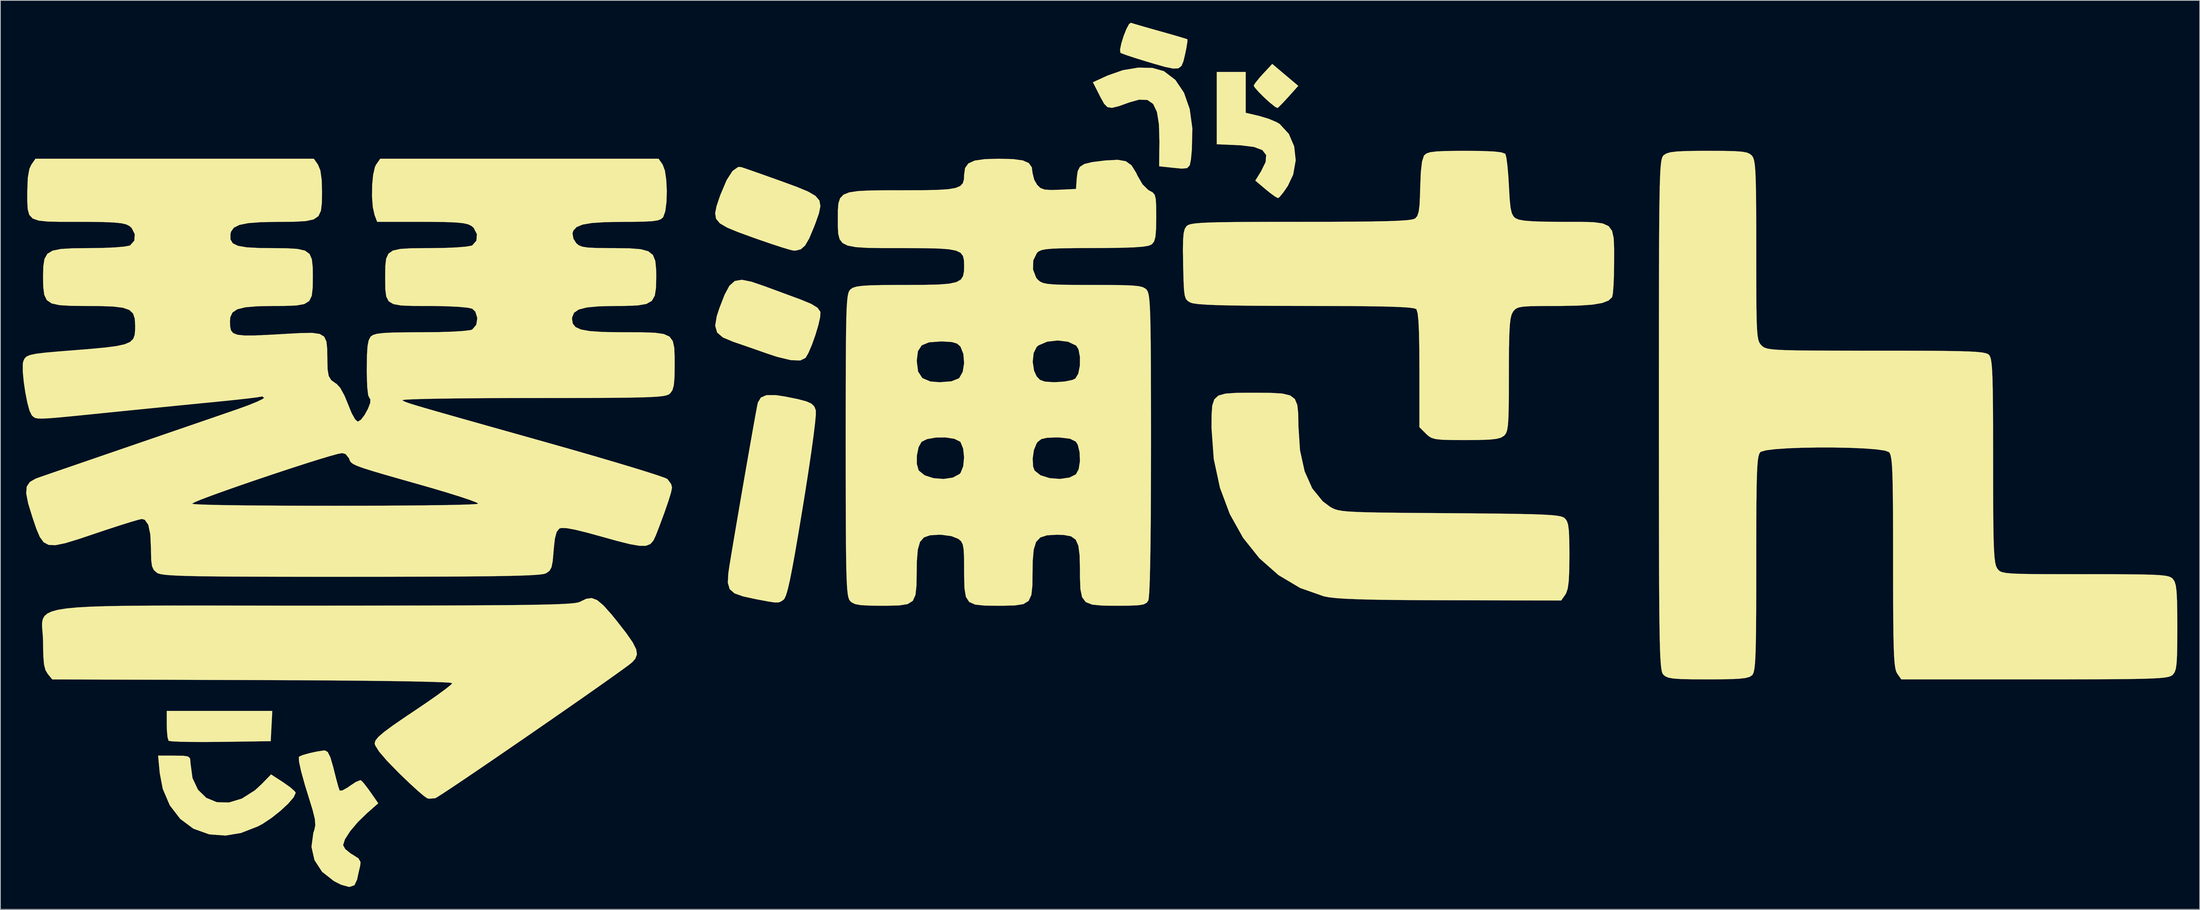
<source format=kicad_pcb>
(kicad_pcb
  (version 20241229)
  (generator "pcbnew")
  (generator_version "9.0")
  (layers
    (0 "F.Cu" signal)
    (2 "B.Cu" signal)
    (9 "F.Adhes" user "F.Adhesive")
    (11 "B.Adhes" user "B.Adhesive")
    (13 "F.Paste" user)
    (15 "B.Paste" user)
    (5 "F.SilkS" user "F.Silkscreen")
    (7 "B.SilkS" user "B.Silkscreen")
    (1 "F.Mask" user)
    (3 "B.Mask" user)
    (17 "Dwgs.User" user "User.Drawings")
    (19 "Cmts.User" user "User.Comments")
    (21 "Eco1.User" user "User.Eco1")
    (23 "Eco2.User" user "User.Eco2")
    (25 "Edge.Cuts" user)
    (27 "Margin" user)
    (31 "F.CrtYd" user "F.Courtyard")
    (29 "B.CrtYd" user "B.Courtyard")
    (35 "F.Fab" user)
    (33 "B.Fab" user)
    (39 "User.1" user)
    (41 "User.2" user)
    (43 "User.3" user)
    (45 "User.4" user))
  (footprint "ksan"
    (layer "F.Cu")
    (at 145.953 59.166)
    (property "Reference" "ksan" (at 0 0 0) (layer "F.SilkS") (effects (font (size 1.524 1.524) (thickness 0.3))))
    (attr through_hole)
    (fp_poly (pts (xy -112.607 35.19) (xy -112.713 37.218) (xy -119.437 37.314) (xy -121.548 37.331) (xy -123.413 37.323) (xy -124.919 37.293) (xy -125.952 37.241) (xy -126.399 37.171) (xy -126.405 37.167) (xy -126.541 36.703) (xy -126.629 35.775) (xy -126.647 35.043) (xy -126.647 33.161) (xy -112.501 33.161) (xy -112.607 35.19)) (stroke (width 0.01) (type solid)) (fill yes) (layer "F.SilkS"))
    (fp_poly (pts (xy 25.037 -50.698) (xy 23.741 -49.25) (xy 22.991 -48.436) (xy 22.435 -47.876) (xy 22.247 -47.723) (xy 21.905 -47.902) (xy 21.225 -48.448) (xy 20.549 -49.058) (xy 19.744 -49.859) (xy 19.204 -50.475) (xy 19.06 -50.725) (xy 19.286 -51.106) (xy 19.856 -51.807) (xy 20.308 -52.309) (xy 21.547 -53.641) (xy 25.037 -50.698)) (stroke (width 0.01) (type solid)) (fill yes) (layer "F.SilkS"))
    (fp_poly (pts (xy 3.085 -59.005) (xy 4.096 -58.709) (xy 5.46 -58.319) (xy 6.526 -58.02) (xy 7.999 -57.603) (xy 9.194 -57.255) (xy 9.965 -57.019) (xy 10.174 -56.943) (xy 10.168 -56.58) (xy 10.03 -55.734) (xy 9.853 -54.884) (xy 9.633 -53.968) (xy 9.377 -53.364) (xy 8.969 -53.053) (xy 8.293 -53.013) (xy 7.233 -53.225) (xy 5.671 -53.668) (xy 4.65 -53.974) (xy 3.227 -54.414) (xy 2.076 -54.792) (xy 1.353 -55.056) (xy 1.19 -55.137) (xy 1.147 -55.576) (xy 1.317 -56.398) (xy 1.624 -57.385) (xy 1.993 -58.318) (xy 2.346 -58.979) (xy 2.59 -59.161) (xy 3.085 -59.005)) (stroke (width 0.01) (type solid)) (fill yes) (layer "F.SilkS"))
    (fp_poly (pts (xy 17.992 -47.086) (xy 19.844 -46.649) (xy 21.079 -46.277) (xy 22.15 -45.82) (xy 22.542 -45.584) (xy 23.763 -44.265) (xy 24.487 -42.587) (xy 24.691 -40.711) (xy 24.354 -38.797) (xy 23.644 -37.287) (xy 23.022 -36.379) (xy 22.524 -35.779) (xy 22.321 -35.636) (xy 21.917 -35.849) (xy 21.182 -36.39) (xy 20.662 -36.814) (xy 19.275 -37.987) (xy 20.045 -39.232) (xy 20.66 -40.481) (xy 20.731 -41.418) (xy 20.223 -42.078) (xy 19.102 -42.5) (xy 17.335 -42.72) (xy 16.845 -42.746) (xy 14.112 -42.862) (xy 14.111 -47.713) (xy 14.111 -52.564) (xy 17.992 -52.564) (xy 17.992 -47.086)) (stroke (width 0.01) (type solid)) (fill yes) (layer "F.SilkS"))
    (fp_poly (pts (xy 5.477 -53.107) (xy 7.007 -52.675) (xy 7.041 -52.658) (xy 8.556 -51.498) (xy 9.711 -49.787) (xy 10.479 -47.595) (xy 10.838 -44.993) (xy 10.77 -42.143) (xy 10.648 -40.817) (xy 10.486 -40.029) (xy 10.131 -39.66) (xy 9.43 -39.593) (xy 8.227 -39.709) (xy 7.691 -39.767) (xy 6.386 -39.904) (xy 6.422 -43.208) (xy 6.36 -45.519) (xy 6.092 -47.192) (xy 5.584 -48.273) (xy 4.799 -48.809) (xy 3.701 -48.845) (xy 2.395 -48.481) (xy 0.983 -47.973) (xy 0.061 -47.747) (xy -0.539 -47.841) (xy -0.99 -48.293) (xy -1.462 -49.141) (xy -1.576 -49.366) (xy -2.495 -51.18) (xy -0.503 -52.092) (xy 1.519 -52.801) (xy 3.58 -53.144) (xy 5.477 -53.107)) (stroke (width 0.01) (type solid)) (fill yes) (layer "F.SilkS"))
    (fp_poly (pts (xy -48.276 -24.426) (xy -46.5 -23.818) (xy -46.486 -23.812) (xy -44.818 -23.197) (xy -42.957 -22.509) (xy -41.665 -22.032) (xy -40.251 -21.447) (xy -39.414 -20.93) (xy -39.041 -20.408) (xy -39.025 -20.356) (xy -39.055 -19.69) (xy -39.301 -18.591) (xy -39.694 -17.274) (xy -40.164 -15.951) (xy -40.643 -14.837) (xy -41.016 -14.199) (xy -41.722 -13.852) (xy -42.992 -13.9) (xy -44.834 -14.343) (xy -46.214 -14.799) (xy -47.798 -15.356) (xy -49.418 -15.92) (xy -50.726 -16.368) (xy -50.736 -16.372) (xy -52.091 -16.939) (xy -52.871 -17.607) (xy -53.129 -18.513) (xy -52.921 -19.792) (xy -52.563 -20.886) (xy -51.864 -22.689) (xy -51.222 -23.88) (xy -50.501 -24.522) (xy -49.564 -24.682) (xy -48.276 -24.426)) (stroke (width 0.01) (type solid)) (fill yes) (layer "F.SilkS"))
    (fp_poly (pts (xy -124.45 39.173) (xy -123.802 39.268) (xy -123.53 39.515) (xy -123.471 39.989) (xy -123.47 40.128) (xy -123.201 42.16) (xy -122.462 43.734) (xy -121.342 44.824) (xy -119.93 45.404) (xy -118.315 45.446) (xy -116.586 44.924) (xy -114.833 43.811) (xy -113.94 42.989) (xy -112.667 41.678) (xy -111.014 42.753) (xy -110.107 43.395) (xy -109.507 43.921) (xy -109.361 44.147) (xy -109.636 44.748) (xy -110.361 45.594) (xy -111.392 46.555) (xy -112.581 47.502) (xy -113.782 48.303) (xy -114.433 48.653) (xy -116.695 49.534) (xy -118.761 49.881) (xy -120.849 49.73) (xy -121.003 49.702) (xy -123.08 48.96) (xy -124.849 47.64) (xy -126.242 45.828) (xy -127.189 43.609) (xy -127.589 41.495) (xy -127.808 39.158) (xy -125.64 39.158) (xy -124.45 39.173)) (stroke (width 0.01) (type solid)) (fill yes) (layer "F.SilkS"))
    (fp_poly (pts (xy -49.195 -39.65) (xy -48.178 -39.298) (xy -46.759 -38.798) (xy -45.07 -38.196) (xy -44.321 -37.927) (xy -42.2 -37.151) (xy -40.678 -36.519) (xy -39.686 -35.938) (xy -39.157 -35.316) (xy -39.026 -34.558) (xy -39.224 -33.574) (xy -39.686 -32.269) (xy -39.879 -31.766) (xy -40.519 -30.237) (xy -41.076 -29.276) (xy -41.652 -28.767) (xy -42.344 -28.597) (xy -42.627 -28.596) (xy -43.159 -28.718) (xy -44.217 -29.038) (xy -45.662 -29.512) (xy -47.358 -30.096) (xy -47.959 -30.309) (xy -50.045 -31.067) (xy -51.536 -31.684) (xy -52.501 -32.251) (xy -53.011 -32.861) (xy -53.135 -33.605) (xy -52.944 -34.574) (xy -52.508 -35.859) (xy -52.414 -36.118) (xy -51.6 -38.042) (xy -50.813 -39.273) (xy -50.059 -39.807) (xy -49.68 -39.807) (xy -49.195 -39.65)) (stroke (width 0.01) (type solid)) (fill yes) (layer "F.SilkS"))
    (fp_poly (pts (xy -43.744 -9.015) (xy -42.044 -8.671) (xy -40.912 -8.373) (xy -40.22 -8.062) (xy -39.839 -7.68) (xy -39.64 -7.168) (xy -39.637 -7.156) (xy -39.636 -6.582) (xy -39.747 -5.39) (xy -39.959 -3.656) (xy -40.261 -1.456) (xy -40.645 1.133) (xy -41.098 4.035) (xy -41.381 5.776) (xy -41.939 9.142) (xy -42.407 11.872) (xy -42.798 14.025) (xy -43.123 15.663) (xy -43.397 16.846) (xy -43.63 17.636) (xy -43.836 18.094) (xy -43.969 18.247) (xy -44.313 18.486) (xy -44.647 18.608) (xy -45.139 18.612) (xy -45.954 18.493) (xy -47.259 18.248) (xy -47.625 18.178) (xy -49.384 17.8) (xy -50.541 17.388) (xy -51.192 16.815) (xy -51.436 15.957) (xy -51.368 14.689) (xy -51.2 13.568) (xy -50.882 11.643) (xy -50.506 9.409) (xy -50.09 6.966) (xy -49.652 4.413) (xy -49.209 1.849) (xy -48.778 -0.626) (xy -48.377 -2.912) (xy -48.023 -4.911) (xy -47.733 -6.522) (xy -47.524 -7.647) (xy -47.414 -8.185) (xy -47.41 -8.202) (xy -47.009 -8.878) (xy -46.25 -9.207) (xy -45.028 -9.211) (xy -43.744 -9.015)) (stroke (width 0.01) (type solid)) (fill yes) (layer "F.SilkS"))
    (fp_poly (pts (xy -105.07 38.673) (xy -104.716 39.383) (xy -104.334 40.684) (xy -104.254 41.01) (xy -103.933 42.287) (xy -103.658 43.29) (xy -103.482 43.825) (xy -103.469 43.85) (xy -103.118 43.832) (xy -102.431 43.454) (xy -102.095 43.213) (xy -101.295 42.688) (xy -100.715 42.459) (xy -100.598 42.475) (xy -100.241 42.851) (xy -99.657 43.606) (xy -99.301 44.105) (xy -98.297 45.555) (xy -99.777 46.855) (xy -101.033 48.076) (xy -102.065 49.302) (xy -102.761 50.384) (xy -103.011 51.166) (xy -102.724 51.69) (xy -102.011 52.274) (xy -101.761 52.42) (xy -100.951 52.941) (xy -100.668 53.434) (xy -100.719 53.928) (xy -100.952 54.929) (xy -101.132 55.78) (xy -101.487 56.545) (xy -102.175 56.78) (xy -103.25 56.491) (xy -104.235 55.992) (xy -105.826 54.743) (xy -106.845 53.176) (xy -107.249 51.4) (xy -106.998 49.521) (xy -106.88 49.183) (xy -106.734 48.513) (xy -106.797 47.662) (xy -107.096 46.446) (xy -107.373 45.544) (xy -108.124 43.114) (xy -108.639 41.254) (xy -108.913 39.991) (xy -108.94 39.351) (xy -108.909 39.294) (xy -108.443 39.086) (xy -107.56 38.836) (xy -106.539 38.61) (xy -105.661 38.474) (xy -105.44 38.461) (xy -105.07 38.673)) (stroke (width 0.01) (type solid)) (fill yes) (layer "F.SilkS"))
    (fp_poly (pts (xy 19.232 -9.525) (xy 21.376 -9.51) (xy 22.915 -9.415) (xy 23.95 -9.164) (xy 24.58 -8.68) (xy 24.907 -7.889) (xy 25.031 -6.713) (xy 25.052 -5.125) (xy 25.267 -1.804) (xy 25.889 1.015) (xy 26.909 3.304) (xy 28.315 5.035) (xy 29.241 5.734) (xy 29.567 5.928) (xy 29.909 6.088) (xy 30.334 6.217) (xy 30.911 6.321) (xy 31.71 6.402) (xy 32.797 6.464) (xy 34.242 6.512) (xy 36.113 6.548) (xy 38.478 6.578) (xy 41.405 6.604) (xy 44.963 6.63) (xy 45.324 6.633) (xy 48.994 6.662) (xy 52.022 6.693) (xy 54.472 6.729) (xy 56.408 6.772) (xy 57.894 6.826) (xy 58.993 6.893) (xy 59.77 6.976) (xy 60.288 7.078) (xy 60.611 7.201) (xy 60.758 7.305) (xy 61.023 7.636) (xy 61.202 8.148) (xy 61.311 8.968) (xy 61.366 10.223) (xy 61.383 12.04) (xy 61.383 12.323) (xy 61.362 14.341) (xy 61.291 15.774) (xy 61.157 16.744) (xy 60.947 17.372) (xy 60.834 17.56) (xy 60.285 18.344) (xy 45.4 18.315) (xy 41.45 18.302) (xy 38.145 18.277) (xy 35.424 18.24) (xy 33.228 18.187) (xy 31.496 18.118) (xy 30.168 18.031) (xy 29.183 17.923) (xy 28.49 17.795) (xy 25.289 16.668) (xy 22.387 14.942) (xy 19.822 12.677) (xy 17.633 9.93) (xy 15.859 6.759) (xy 14.538 3.221) (xy 13.709 -0.625) (xy 13.411 -4.722) (xy 13.411 -4.825) (xy 13.416 -6.558) (xy 13.505 -7.802) (xy 13.776 -8.638) (xy 14.331 -9.148) (xy 15.269 -9.412) (xy 16.69 -9.511) (xy 18.695 -9.525) (xy 19.232 -9.525)) (stroke (width 0.01) (type solid)) (fill yes) (layer "F.SilkS"))
    (fp_poly (pts (xy -68.947 18.295) (xy -68.108 19) (xy -67.045 20.194) (xy -66.326 21.078) (xy -65.033 22.737) (xy -64.176 23.974) (xy -63.718 24.89) (xy -63.619 25.587) (xy -63.843 26.166) (xy -64.247 26.629) (xy -64.711 26.999) (xy -65.674 27.706) (xy -67.063 28.7) (xy -68.805 29.932) (xy -70.826 31.351) (xy -73.055 32.906) (xy -75.418 34.547) (xy -77.842 36.223) (xy -80.254 37.885) (xy -82.582 39.482) (xy -84.752 40.963) (xy -86.691 42.279) (xy -88.327 43.378) (xy -89.586 44.211) (xy -90.395 44.726) (xy -90.664 44.874) (xy -91.476 44.937) (xy -91.722 44.887) (xy -92.163 44.587) (xy -92.987 43.886) (xy -94.082 42.884) (xy -95.336 41.681) (xy -95.515 41.506) (xy -97.123 39.858) (xy -98.183 38.621) (xy -98.71 37.777) (xy -98.778 37.491) (xy -98.664 37.116) (xy -98.275 36.639) (xy -97.539 36.002) (xy -96.385 35.146) (xy -94.741 34.013) (xy -93.574 33.232) (xy -91.894 32.096) (xy -90.44 31.08) (xy -89.306 30.25) (xy -88.586 29.676) (xy -88.371 29.438) (xy -88.719 29.373) (xy -89.743 29.312) (xy -91.414 29.256) (xy -93.703 29.203) (xy -96.58 29.156) (xy -100.016 29.114) (xy -103.982 29.078) (xy -108.448 29.048) (xy -113.385 29.026) (xy -115.182 29.019) (xy -141.993 28.935) (xy -142.61 28.187) (xy -142.912 27.677) (xy -143.1 26.93) (xy -143.198 25.795) (xy -143.228 24.119) (xy -143.228 23.975) (xy -143.256 23.178) (xy -143.313 22.471) (xy -143.36 21.849) (xy -143.357 21.306) (xy -143.265 20.836) (xy -143.045 20.435) (xy -142.657 20.098) (xy -142.061 19.818) (xy -141.219 19.591) (xy -140.09 19.412) (xy -138.636 19.274) (xy -136.816 19.172) (xy -134.592 19.102) (xy -131.923 19.058) (xy -128.772 19.034) (xy -125.097 19.025) (xy -120.86 19.027) (xy -116.021 19.032) (xy -110.541 19.037) (xy -106.756 19.037) (xy -100.932 19.034) (xy -95.774 19.028) (xy -91.242 19.019) (xy -87.296 19.006) (xy -83.897 18.989) (xy -81.003 18.967) (xy -78.577 18.94) (xy -76.577 18.906) (xy -74.964 18.866) (xy -73.698 18.818) (xy -72.739 18.763) (xy -72.048 18.699) (xy -71.584 18.627) (xy -71.308 18.544) (xy -71.261 18.521) (xy -70.409 18.114) (xy -69.676 18.019) (xy -68.947 18.295)) (stroke (width 0.01) (type solid)) (fill yes) (layer "F.SilkS"))
    (fp_poly (pts (xy 49.676 -41.96) (xy 51.244 -41.894) (xy 52.244 -41.778) (xy 52.744 -41.605) (xy 52.808 -41.54) (xy 52.94 -41.022) (xy 53.077 -39.966) (xy 53.199 -38.536) (xy 53.273 -37.275) (xy 53.372 -35.531) (xy 53.493 -34.356) (xy 53.661 -33.612) (xy 53.906 -33.164) (xy 54.134 -32.954) (xy 54.59 -32.753) (xy 55.384 -32.61) (xy 56.612 -32.518) (xy 58.364 -32.469) (xy 60.514 -32.456) (xy 62.875 -32.456) (xy 64.623 -32.408) (xy 65.849 -32.239) (xy 66.646 -31.875) (xy 67.105 -31.241) (xy 67.319 -30.266) (xy 67.378 -28.874) (xy 67.375 -26.993) (xy 67.375 -26.96) (xy 67.352 -25.281) (xy 67.292 -23.846) (xy 67.205 -22.81) (xy 67.103 -22.335) (xy 66.629 -21.895) (xy 65.792 -21.57) (xy 64.513 -21.349) (xy 62.711 -21.22) (xy 60.306 -21.169) (xy 59.616 -21.167) (xy 57.585 -21.162) (xy 56.141 -21.136) (xy 55.169 -21.073) (xy 54.551 -20.958) (xy 54.17 -20.775) (xy 53.909 -20.507) (xy 53.819 -20.383) (xy 53.632 -20.009) (xy 53.491 -19.432) (xy 53.391 -18.559) (xy 53.325 -17.299) (xy 53.287 -15.559) (xy 53.271 -13.248) (xy 53.269 -11.971) (xy 53.265 -9.44) (xy 53.246 -7.522) (xy 53.207 -6.121) (xy 53.138 -5.144) (xy 53.033 -4.497) (xy 52.885 -4.086) (xy 52.686 -3.818) (xy 52.624 -3.759) (xy 52.225 -3.508) (xy 51.601 -3.338) (xy 50.626 -3.235) (xy 49.177 -3.186) (xy 47.493 -3.175) (xy 45.632 -3.182) (xy 44.338 -3.218) (xy 43.475 -3.304) (xy 42.904 -3.465) (xy 42.488 -3.72) (xy 42.141 -4.041) (xy 41.275 -4.907) (xy 41.275 -12.613) (xy 41.261 -15.435) (xy 41.219 -17.602) (xy 41.145 -19.166) (xy 41.037 -20.179) (xy 40.891 -20.69) (xy 40.852 -20.743) (xy 40.545 -20.856) (xy 39.841 -20.949) (xy 38.692 -21.024) (xy 37.054 -21.082) (xy 34.88 -21.124) (xy 32.125 -21.153) (xy 28.743 -21.168) (xy 25.947 -21.172) (xy 22.095 -21.179) (xy 18.898 -21.198) (xy 16.302 -21.23) (xy 14.257 -21.277) (xy 12.71 -21.34) (xy 11.611 -21.422) (xy 10.906 -21.523) (xy 10.583 -21.623) (xy 10.224 -21.83) (xy 9.976 -22.106) (xy 9.814 -22.576) (xy 9.715 -23.362) (xy 9.655 -24.589) (xy 9.61 -26.38) (xy 9.603 -26.698) (xy 9.575 -28.657) (xy 9.595 -30.033) (xy 9.674 -30.948) (xy 9.824 -31.521) (xy 10.054 -31.875) (xy 10.069 -31.891) (xy 10.273 -32.031) (xy 10.619 -32.146) (xy 11.173 -32.239) (xy 11.998 -32.311) (xy 13.158 -32.366) (xy 14.717 -32.405) (xy 16.74 -32.431) (xy 19.289 -32.447) (xy 22.43 -32.454) (xy 25.358 -32.456) (xy 29.18 -32.46) (xy 32.351 -32.476) (xy 34.922 -32.504) (xy 36.948 -32.545) (xy 38.481 -32.602) (xy 39.575 -32.676) (xy 40.283 -32.769) (xy 40.659 -32.881) (xy 40.697 -32.905) (xy 40.983 -33.228) (xy 41.174 -33.789) (xy 41.293 -34.721) (xy 41.36 -36.159) (xy 41.382 -37.085) (xy 41.465 -39.138) (xy 41.627 -40.532) (xy 41.875 -41.312) (xy 41.936 -41.398) (xy 42.229 -41.633) (xy 42.73 -41.796) (xy 43.552 -41.9) (xy 44.809 -41.957) (xy 46.614 -41.979) (xy 47.471 -41.981) (xy 49.676 -41.96)) (stroke (width 0.01) (type solid)) (fill yes) (layer "F.SilkS"))
    (fp_poly (pts (xy 82.04 -41.972) (xy 83.526 -41.937) (xy 84.537 -41.864) (xy 85.191 -41.74) (xy 85.604 -41.551) (xy 85.847 -41.335) (xy 86.005 -41.099) (xy 86.132 -40.727) (xy 86.232 -40.147) (xy 86.307 -39.289) (xy 86.36 -38.079) (xy 86.396 -36.445) (xy 86.418 -34.314) (xy 86.428 -31.616) (xy 86.431 -28.635) (xy 86.432 -25.397) (xy 86.44 -22.79) (xy 86.457 -20.74) (xy 86.488 -19.175) (xy 86.538 -18.02) (xy 86.609 -17.202) (xy 86.707 -16.645) (xy 86.835 -16.278) (xy 86.998 -16.025) (xy 87.136 -15.875) (xy 87.332 -15.701) (xy 87.585 -15.559) (xy 87.961 -15.444) (xy 88.526 -15.355) (xy 89.347 -15.287) (xy 90.49 -15.238) (xy 92.022 -15.205) (xy 94.009 -15.185) (xy 96.517 -15.174) (xy 99.613 -15.17) (xy 102.457 -15.169) (xy 106.099 -15.167) (xy 109.1 -15.158) (xy 111.523 -15.139) (xy 113.432 -15.109) (xy 114.891 -15.066) (xy 115.964 -15.006) (xy 116.715 -14.928) (xy 117.208 -14.829) (xy 117.506 -14.708) (xy 117.626 -14.615) (xy 117.769 -14.403) (xy 117.885 -14.034) (xy 117.977 -13.443) (xy 118.049 -12.563) (xy 118.102 -11.328) (xy 118.139 -9.672) (xy 118.163 -7.529) (xy 118.176 -4.833) (xy 118.18 -1.517) (xy 118.181 -0.406) (xy 118.184 3.123) (xy 118.195 6.014) (xy 118.216 8.334) (xy 118.251 10.148) (xy 118.301 11.526) (xy 118.37 12.533) (xy 118.459 13.237) (xy 118.571 13.704) (xy 118.709 14.002) (xy 118.73 14.033) (xy 118.895 14.25) (xy 119.102 14.422) (xy 119.429 14.556) (xy 119.95 14.655) (xy 120.741 14.726) (xy 121.878 14.772) (xy 123.437 14.799) (xy 125.494 14.812) (xy 128.124 14.816) (xy 130.493 14.817) (xy 133.616 14.819) (xy 136.108 14.829) (xy 138.047 14.851) (xy 139.507 14.888) (xy 140.565 14.945) (xy 141.296 15.027) (xy 141.777 15.136) (xy 142.081 15.278) (xy 142.287 15.457) (xy 142.291 15.462) (xy 142.513 15.804) (xy 142.672 16.335) (xy 142.778 17.164) (xy 142.84 18.398) (xy 142.869 20.146) (xy 142.875 21.934) (xy 142.868 24.118) (xy 142.838 25.707) (xy 142.776 26.809) (xy 142.67 27.535) (xy 142.509 27.994) (xy 142.281 28.296) (xy 142.23 28.344) (xy 142.032 28.476) (xy 141.715 28.587) (xy 141.222 28.678) (xy 140.493 28.751) (xy 139.47 28.809) (xy 138.095 28.853) (xy 136.309 28.885) (xy 134.054 28.906) (xy 131.27 28.919) (xy 127.9 28.926) (xy 123.885 28.928) (xy 123.729 28.928) (xy 105.873 28.928) (xy 105.324 28.144) (xy 105.185 27.869) (xy 105.071 27.435) (xy 104.98 26.777) (xy 104.909 25.83) (xy 104.856 24.528) (xy 104.818 22.804) (xy 104.794 20.594) (xy 104.78 17.832) (xy 104.775 14.451) (xy 104.775 13.176) (xy 104.772 9.591) (xy 104.763 6.647) (xy 104.743 4.279) (xy 104.712 2.422) (xy 104.667 1.01) (xy 104.605 -0.02) (xy 104.523 -0.735) (xy 104.42 -1.198) (xy 104.293 -1.475) (xy 104.221 -1.562) (xy 103.667 -1.764) (xy 102.535 -1.927) (xy 100.95 -2.05) (xy 99.038 -2.133) (xy 96.924 -2.177) (xy 94.734 -2.181) (xy 92.594 -2.146) (xy 90.63 -2.071) (xy 88.966 -1.956) (xy 87.73 -1.802) (xy 87.046 -1.608) (xy 86.985 -1.562) (xy 86.846 -1.355) (xy 86.732 -0.994) (xy 86.64 -0.415) (xy 86.569 0.447) (xy 86.516 1.655) (xy 86.477 3.274) (xy 86.452 5.368) (xy 86.438 8.002) (xy 86.431 11.24) (xy 86.431 13.406) (xy 86.428 17.021) (xy 86.418 19.995) (xy 86.4 22.393) (xy 86.369 24.278) (xy 86.325 25.715) (xy 86.264 26.768) (xy 86.184 27.502) (xy 86.084 27.981) (xy 85.959 28.269) (xy 85.876 28.373) (xy 85.54 28.593) (xy 84.969 28.748) (xy 84.055 28.849) (xy 82.691 28.905) (xy 80.768 28.926) (xy 79.934 28.928) (xy 77.84 28.919) (xy 76.336 28.886) (xy 75.309 28.815) (xy 74.643 28.694) (xy 74.223 28.51) (xy 73.962 28.283) (xy 73.864 28.133) (xy 73.778 27.883) (xy 73.703 27.492) (xy 73.638 26.918) (xy 73.582 26.12) (xy 73.534 25.055) (xy 73.495 23.682) (xy 73.462 21.96) (xy 73.436 19.847) (xy 73.416 17.301) (xy 73.401 14.28) (xy 73.391 10.743) (xy 73.384 6.648) (xy 73.38 1.954) (xy 73.378 -3.381) (xy 73.378 -6.588) (xy 73.378 -12.269) (xy 73.38 -17.287) (xy 73.384 -21.684) (xy 73.391 -25.501) (xy 73.402 -28.78) (xy 73.417 -31.563) (xy 73.438 -33.893) (xy 73.465 -35.811) (xy 73.498 -37.359) (xy 73.54 -38.579) (xy 73.589 -39.514) (xy 73.648 -40.204) (xy 73.717 -40.693) (xy 73.797 -41.021) (xy 73.888 -41.232) (xy 73.992 -41.367) (xy 74.023 -41.397) (xy 74.384 -41.629) (xy 74.946 -41.791) (xy 75.822 -41.897) (xy 77.128 -41.955) (xy 78.976 -41.979) (xy 79.965 -41.981) (xy 82.04 -41.972)) (stroke (width 0.01) (type solid)) (fill yes) (layer "F.SilkS"))
    (fp_poly (pts (xy -13.183 -40.872) (xy -11.886 -40.692) (xy -11.088 -40.339) (xy -10.687 -39.771) (xy -10.583 -38.996) (xy -10.363 -38.1) (xy -9.965 -37.414) (xy -9.532 -36.996) (xy -8.964 -36.783) (xy -8.052 -36.727) (xy -7.054 -36.758) (xy -4.763 -36.865) (xy -4.653 -38.381) (xy -4.534 -39.248) (xy -4.239 -39.834) (xy -3.641 -40.215) (xy -2.61 -40.467) (xy -1.02 -40.666) (xy -0.766 -40.692) (xy 0.824 -40.777) (xy 1.911 -40.59) (xy 2.676 -40.044) (xy 3.295 -39.053) (xy 3.493 -38.626) (xy 4.163 -37.481) (xy 4.928 -36.726) (xy 5.095 -36.634) (xy 5.523 -36.402) (xy 5.789 -36.082) (xy 5.931 -35.517) (xy 5.987 -34.554) (xy 5.997 -33.055) (xy 5.973 -31.469) (xy 5.884 -30.437) (xy 5.705 -29.812) (xy 5.409 -29.442) (xy 5.38 -29.419) (xy 4.961 -29.246) (xy 4.17 -29.117) (xy 2.931 -29.027) (xy 1.168 -28.97) (xy -1.194 -28.943) (xy -2.327 -28.939) (xy -4.758 -28.93) (xy -6.582 -28.906) (xy -7.896 -28.859) (xy -8.798 -28.78) (xy -9.386 -28.661) (xy -9.758 -28.494) (xy -9.999 -28.283) (xy -10.493 -27.27) (xy -10.521 -26.055) (xy -10.097 -24.958) (xy -9.878 -24.694) (xy -9.585 -24.447) (xy -9.206 -24.265) (xy -8.634 -24.139) (xy -7.768 -24.058) (xy -6.501 -24.013) (xy -4.731 -23.993) (xy -2.524 -23.989) (xy -0.177 -23.983) (xy 1.566 -23.96) (xy 2.807 -23.91) (xy 3.647 -23.824) (xy 4.188 -23.694) (xy 4.531 -23.51) (xy 4.708 -23.344) (xy 4.832 -23.156) (xy 4.938 -22.854) (xy 5.027 -22.384) (xy 5.099 -21.689) (xy 5.157 -20.716) (xy 5.202 -19.409) (xy 5.236 -17.714) (xy 5.261 -15.575) (xy 5.277 -12.939) (xy 5.286 -9.75) (xy 5.291 -5.953) (xy 5.292 -2.507) (xy 5.285 2.424) (xy 5.266 6.711) (xy 5.233 10.343) (xy 5.188 13.313) (xy 5.131 15.611) (xy 5.061 17.228) (xy 4.979 18.153) (xy 4.926 18.368) (xy 4.695 18.672) (xy 4.301 18.87) (xy 3.61 18.984) (xy 2.486 19.037) (xy 0.795 19.05) (xy 0.748 19.05) (xy -1.214 19.031) (xy -2.578 18.903) (xy -3.453 18.561) (xy -3.948 17.9) (xy -4.171 16.816) (xy -4.231 15.203) (xy -4.233 14.226) (xy -4.272 12.32) (xy -4.438 11.009) (xy -4.801 10.183) (xy -5.436 9.734) (xy -6.413 9.552) (xy -7.348 9.525) (xy -8.64 9.598) (xy -9.539 9.886) (xy -10.113 10.495) (xy -10.432 11.528) (xy -10.565 13.09) (xy -10.583 14.439) (xy -10.604 16.314) (xy -10.742 17.596) (xy -11.109 18.398) (xy -11.816 18.833) (xy -12.977 19.012) (xy -14.702 19.05) (xy -15.169 19.05) (xy -17.009 19.031) (xy -18.276 18.899) (xy -19.077 18.545) (xy -19.52 17.857) (xy -19.71 16.724) (xy -19.755 15.036) (xy -19.756 14.282) (xy -19.767 12.623) (xy -19.819 11.522) (xy -19.94 10.833) (xy -20.157 10.41) (xy -20.497 10.105) (xy -20.54 10.074) (xy -21.456 9.713) (xy -22.777 9.534) (xy -23.165 9.525) (xy -24.337 9.598) (xy -25.153 9.887) (xy -25.676 10.496) (xy -25.969 11.53) (xy -26.095 13.094) (xy -26.117 14.454) (xy -26.142 16.32) (xy -26.279 17.596) (xy -26.639 18.396) (xy -27.336 18.831) (xy -28.483 19.011) (xy -30.192 19.05) (xy -30.764 19.05) (xy -32.482 19.032) (xy -33.638 18.965) (xy -34.376 18.827) (xy -34.841 18.596) (xy -35.047 18.405) (xy -35.171 18.218) (xy -35.277 17.916) (xy -35.365 17.447) (xy -35.437 16.753) (xy -35.495 15.782) (xy -35.541 14.478) (xy -35.575 12.786) (xy -35.599 10.652) (xy -35.616 8.021) (xy -35.625 4.839) (xy -35.63 1.051) (xy -35.63 0.026) (xy -26.096 0.026) (xy -25.855 0.882) (xy -25.836 0.912) (xy -25.039 1.556) (xy -23.853 1.936) (xy -22.518 2.041) (xy -21.275 1.857) (xy -20.365 1.372) (xy -20.226 1.213) (xy -19.876 0.321) (xy -19.781 -0.697) (xy -10.568 -0.697) (xy -10.509 0.377) (xy -10.313 0.912) (xy -9.513 1.546) (xy -8.297 1.929) (xy -6.918 2.037) (xy -5.629 1.848) (xy -4.774 1.421) (xy -4.401 0.735) (xy -4.235 -0.342) (xy -4.275 -1.529) (xy -4.52 -2.542) (xy -4.788 -2.973) (xy -5.565 -3.358) (xy -6.939 -3.52) (xy -7.414 -3.528) (xy -8.652 -3.484) (xy -9.404 -3.309) (xy -9.885 -2.938) (xy -10.034 -2.744) (xy -10.401 -1.849) (xy -10.568 -0.697) (xy -19.781 -0.697) (xy -19.765 -0.865) (xy -19.888 -2.037) (xy -20.237 -2.891) (xy -20.31 -2.973) (xy -21.078 -3.349) (xy -22.252 -3.528) (xy -23.561 -3.512) (xy -24.735 -3.303) (xy -25.46 -2.944) (xy -25.868 -2.211) (xy -26.09 -1.113) (xy -26.096 0.026) (xy -35.63 0.026) (xy -35.631 -2.531) (xy -35.63 -6.833) (xy -35.626 -10.484) (xy -35.617 -13.54) (xy -35.615 -13.769) (xy -26.106 -13.769) (xy -25.931 -12.372) (xy -25.351 -11.487) (xy -24.281 -11.036) (xy -23.027 -10.936) (xy -21.464 -11.06) (xy -20.497 -11.441) (xy -20.401 -11.52) (xy -19.945 -12.33) (xy -19.76 -13.496) (xy -19.773 -13.671) (xy -10.563 -13.671) (xy -10.381 -12.474) (xy -10.034 -11.72) (xy -9.591 -11.258) (xy -8.952 -11.023) (xy -7.897 -10.948) (xy -7.477 -10.947) (xy -6.25 -11.034) (xy -5.251 -11.243) (xy -4.851 -11.427) (xy -4.454 -12.09) (xy -4.245 -13.151) (xy -4.233 -14.329) (xy -4.424 -15.343) (xy -4.731 -15.849) (xy -5.816 -16.367) (xy -7.207 -16.54) (xy -8.62 -16.377) (xy -9.772 -15.887) (xy -10.029 -15.673) (xy -10.445 -14.839) (xy -10.563 -13.671) (xy -19.773 -13.671) (xy -19.855 -14.718) (xy -20.241 -15.698) (xy -20.256 -15.719) (xy -20.699 -16.119) (xy -21.409 -16.33) (xy -22.581 -16.402) (xy -22.931 -16.404) (xy -24.47 -16.29) (xy -25.441 -15.886) (xy -25.95 -15.105) (xy -26.105 -13.856) (xy -26.106 -13.769) (xy -35.615 -13.769) (xy -35.602 -16.056) (xy -35.578 -18.086) (xy -35.545 -19.687) (xy -35.5 -20.913) (xy -35.442 -21.819) (xy -35.369 -22.461) (xy -35.28 -22.893) (xy -35.172 -23.17) (xy -35.043 -23.348) (xy -34.985 -23.405) (xy -34.669 -23.613) (xy -34.177 -23.765) (xy -33.41 -23.871) (xy -32.27 -23.939) (xy -30.654 -23.975) (xy -28.465 -23.988) (xy -27.632 -23.989) (xy -25.081 -23.999) (xy -23.149 -24.047) (xy -21.751 -24.161) (xy -20.8 -24.369) (xy -20.211 -24.7) (xy -19.898 -25.18) (xy -19.775 -25.838) (xy -19.756 -26.549) (xy -19.781 -27.304) (xy -19.914 -27.88) (xy -20.239 -28.301) (xy -20.84 -28.591) (xy -21.8 -28.774) (xy -23.204 -28.875) (xy -25.137 -28.918) (xy -27.682 -28.928) (xy -27.993 -28.928) (xy -30.688 -28.931) (xy -32.76 -28.963) (xy -34.29 -29.062) (xy -35.36 -29.265) (xy -36.053 -29.607) (xy -36.451 -30.125) (xy -36.635 -30.856) (xy -36.687 -31.836) (xy -36.689 -32.808) (xy -36.683 -34.011) (xy -36.609 -34.936) (xy -36.387 -35.618) (xy -35.934 -36.096) (xy -35.168 -36.405) (xy -34.007 -36.583) (xy -32.369 -36.665) (xy -30.172 -36.688) (xy -27.993 -36.689) (xy -25.375 -36.698) (xy -23.378 -36.738) (xy -21.92 -36.83) (xy -20.915 -36.997) (xy -20.28 -37.259) (xy -19.931 -37.637) (xy -19.784 -38.153) (xy -19.756 -38.776) (xy -19.632 -39.668) (xy -19.196 -40.285) (xy -18.352 -40.669) (xy -17.002 -40.867) (xy -15.079 -40.922) (xy -13.183 -40.872)) (stroke (width 0.01) (type solid)) (fill yes) (layer "F.SilkS"))
    (fp_poly (pts (xy -106.383 -40.138) (xy -106.056 -39.349) (xy -105.879 -38.069) (xy -105.833 -36.489) (xy -105.853 -35.005) (xy -105.981 -33.939) (xy -106.315 -33.221) (xy -106.956 -32.782) (xy -108.004 -32.554) (xy -109.559 -32.466) (xy -111.682 -32.45) (xy -114.014 -32.41) (xy -115.729 -32.281) (xy -116.913 -32.041) (xy -117.652 -31.668) (xy -118.03 -31.141) (xy -118.111 -30.815) (xy -118.108 -30.096) (xy -117.801 -29.58) (xy -117.104 -29.236) (xy -115.932 -29.033) (xy -114.198 -28.942) (xy -112.755 -28.928) (xy -110.637 -28.913) (xy -109.124 -28.822) (xy -108.113 -28.589) (xy -107.503 -28.145) (xy -107.194 -27.423) (xy -107.082 -26.354) (xy -107.068 -25.13) (xy -107.086 -23.604) (xy -107.212 -22.531) (xy -107.551 -21.831) (xy -108.207 -21.424) (xy -109.288 -21.23) (xy -110.898 -21.171) (xy -112.324 -21.167) (xy -114.533 -21.127) (xy -116.129 -20.989) (xy -117.201 -20.719) (xy -117.838 -20.288) (xy -118.129 -19.664) (xy -118.175 -19.118) (xy -118.153 -18.412) (xy -118.037 -17.888) (xy -117.738 -17.526) (xy -117.168 -17.306) (xy -116.238 -17.208) (xy -114.86 -17.211) (xy -112.945 -17.296) (xy -110.715 -17.423) (xy -108.621 -17.538) (xy -107.129 -17.555) (xy -106.137 -17.411) (xy -105.543 -17.045) (xy -105.244 -16.395) (xy -105.138 -15.4) (xy -105.122 -14.046) (xy -105.086 -12.655) (xy -104.938 -11.777) (xy -104.608 -11.223) (xy -104.026 -10.801) (xy -103.893 -10.727) (xy -103.391 -10.181) (xy -102.818 -9.135) (xy -102.352 -7.993) (xy -101.859 -6.787) (xy -101.391 -5.953) (xy -101.036 -5.644) (xy -100.612 -5.91) (xy -100.12 -6.561) (xy -99.671 -7.381) (xy -99.378 -8.155) (xy -99.352 -8.665) (xy -99.439 -8.746) (xy -99.643 -9.174) (xy -99.775 -10.29) (xy -99.833 -12.079) (xy -99.836 -12.704) (xy -99.813 -14.522) (xy -99.734 -15.762) (xy -99.582 -16.552) (xy -99.342 -17.019) (xy -99.282 -17.085) (xy -98.97 -17.29) (xy -98.441 -17.44) (xy -97.594 -17.541) (xy -96.328 -17.603) (xy -94.543 -17.632) (xy -92.556 -17.639) (xy -90.337 -17.66) (xy -88.427 -17.718) (xy -86.937 -17.809) (xy -85.977 -17.925) (xy -85.702 -18.004) (xy -85.157 -18.641) (xy -85.016 -19.543) (xy -85.279 -20.399) (xy -85.702 -20.801) (xy -86.296 -20.935) (xy -87.453 -21.046) (xy -89.032 -21.125) (xy -90.891 -21.164) (xy -91.51 -21.167) (xy -93.665 -21.171) (xy -95.213 -21.231) (xy -96.256 -21.414) (xy -96.893 -21.789) (xy -97.224 -22.423) (xy -97.349 -23.386) (xy -97.367 -24.746) (xy -97.367 -25.175) (xy -97.351 -26.536) (xy -97.237 -27.521) (xy -96.928 -28.19) (xy -96.324 -28.603) (xy -95.327 -28.824) (xy -93.84 -28.911) (xy -91.763 -28.928) (xy -91.321 -28.928) (xy -89.461 -28.953) (xy -87.821 -29.023) (xy -86.55 -29.127) (xy -85.795 -29.256) (xy -85.702 -29.293) (xy -85.138 -29.931) (xy -85.074 -30.799) (xy -85.498 -31.637) (xy -85.803 -31.906) (xy -86.234 -32.118) (xy -86.901 -32.269) (xy -87.908 -32.37) (xy -89.362 -32.428) (xy -91.366 -32.453) (xy -92.515 -32.456) (xy -98.442 -32.456) (xy -98.787 -33.36) (xy -99.025 -34.419) (xy -99.132 -35.829) (xy -99.115 -37.355) (xy -98.981 -38.764) (xy -98.737 -39.822) (xy -98.581 -40.138) (xy -98.032 -40.922) (xy -60.718 -40.922) (xy -60.169 -40.138) (xy -59.872 -39.335) (xy -59.687 -38.08) (xy -59.615 -36.601) (xy -59.658 -35.125) (xy -59.817 -33.88) (xy -60.096 -33.093) (xy -60.111 -33.073) (xy -60.383 -32.823) (xy -60.834 -32.65) (xy -61.581 -32.539) (xy -62.742 -32.479) (xy -64.434 -32.454) (xy -65.479 -32.45) (xy -67.877 -32.414) (xy -69.657 -32.299) (xy -70.904 -32.086) (xy -71.702 -31.755) (xy -72.136 -31.288) (xy -72.259 -30.921) (xy -72.131 -30.19) (xy -71.767 -29.607) (xy -71.432 -29.319) (xy -70.959 -29.125) (xy -70.213 -29.007) (xy -69.065 -28.948) (xy -67.38 -28.928) (xy -66.797 -28.928) (xy -64.659 -28.903) (xy -63.127 -28.786) (xy -62.099 -28.509) (xy -61.476 -28.007) (xy -61.157 -27.214) (xy -61.043 -26.063) (xy -61.031 -25.126) (xy -61.062 -23.619) (xy -61.225 -22.553) (xy -61.623 -21.851) (xy -62.361 -21.437) (xy -63.541 -21.236) (xy -65.268 -21.171) (xy -66.44 -21.167) (xy -68.692 -21.122) (xy -70.324 -20.971) (xy -71.416 -20.691) (xy -72.05 -20.257) (xy -72.305 -19.645) (xy -72.319 -19.403) (xy -72.214 -18.791) (xy -71.841 -18.333) (xy -71.119 -18.01) (xy -69.965 -17.801) (xy -68.296 -17.685) (xy -66.03 -17.641) (xy -65.24 -17.639) (xy -62.918 -17.634) (xy -61.208 -17.576) (xy -60.016 -17.404) (xy -59.249 -17.054) (xy -58.814 -16.464) (xy -58.616 -15.571) (xy -58.563 -14.313) (xy -58.561 -13.168) (xy -58.585 -11.573) (xy -58.676 -10.525) (xy -58.859 -9.868) (xy -59.163 -9.443) (xy -59.206 -9.403) (xy -59.405 -9.271) (xy -59.722 -9.16) (xy -60.216 -9.069) (xy -60.946 -8.995) (xy -61.971 -8.937) (xy -63.349 -8.894) (xy -65.139 -8.862) (xy -67.399 -8.841) (xy -70.189 -8.828) (xy -73.566 -8.821) (xy -77.59 -8.819) (xy -77.621 -8.819) (xy -81.074 -8.814) (xy -84.292 -8.798) (xy -87.211 -8.773) (xy -89.767 -8.74) (xy -91.893 -8.7) (xy -93.525 -8.654) (xy -94.599 -8.602) (xy -95.049 -8.547) (xy -95.056 -8.532) (xy -94.963 -8.457) (xy -94.835 -8.379) (xy -94.618 -8.284) (xy -94.259 -8.154) (xy -93.704 -7.975) (xy -92.901 -7.731) (xy -91.795 -7.407) (xy -90.335 -6.986) (xy -88.465 -6.454) (xy -86.134 -5.794) (xy -83.287 -4.99) (xy -79.872 -4.029) (xy -75.836 -2.892) (xy -75.494 -2.796) (xy -72.31 -1.892) (xy -69.322 -1.03) (xy -66.602 -0.229) (xy -64.221 0.486) (xy -62.251 1.096) (xy -60.763 1.578) (xy -59.829 1.91) (xy -59.531 2.051) (xy -59.035 2.724) (xy -58.914 3.188) (xy -59.043 3.843) (xy -59.404 5.03) (xy -59.956 6.626) (xy -60.658 8.513) (xy -61.091 9.627) (xy -61.416 10.316) (xy -61.821 10.775) (xy -62.407 11.005) (xy -63.277 11.01) (xy -64.533 10.794) (xy -66.275 10.358) (xy -68.144 9.838) (xy -70.341 9.234) (xy -71.952 8.839) (xy -73.059 8.638) (xy -73.745 8.615) (xy -74.027 8.701) (xy -74.379 9.152) (xy -74.62 10.058) (xy -74.78 11.54) (xy -74.789 11.669) (xy -74.905 13.035) (xy -75.065 13.872) (xy -75.331 14.359) (xy -75.765 14.672) (xy -75.847 14.715) (xy -76.177 14.804) (xy -76.813 14.882) (xy -77.796 14.949) (xy -79.166 15.005) (xy -80.966 15.051) (xy -83.234 15.089) (xy -86.012 15.118) (xy -89.341 15.139) (xy -93.261 15.153) (xy -97.814 15.162) (xy -101.962 15.164) (xy -106.844 15.164) (xy -111.069 15.16) (xy -114.685 15.152) (xy -117.74 15.138) (xy -120.284 15.117) (xy -122.364 15.089) (xy -124.029 15.052) (xy -125.327 15.006) (xy -126.307 14.949) (xy -127.017 14.881) (xy -127.506 14.8) (xy -127.822 14.705) (xy -127.98 14.62) (xy -128.387 14.254) (xy -128.624 13.744) (xy -128.735 12.909) (xy -128.764 11.568) (xy -128.764 11.422) (xy -128.853 9.477) (xy -129.127 8.186) (xy -129.594 7.52) (xy -129.984 7.408) (xy -130.467 7.517) (xy -131.497 7.819) (xy -132.951 8.275) (xy -134.71 8.848) (xy -136.161 9.334) (xy -138.49 10.117) (xy -140.25 10.655) (xy -141.546 10.922) (xy -142.478 10.891) (xy -143.149 10.536) (xy -143.663 9.831) (xy -144.122 8.749) (xy -144.628 7.264) (xy -144.668 7.146) (xy -145.213 5.367) (xy -123.249 5.367) (xy -122.871 5.426) (xy -121.867 5.477) (xy -120.315 5.521) (xy -118.293 5.558) (xy -115.882 5.588) (xy -113.159 5.611) (xy -110.203 5.627) (xy -107.094 5.636) (xy -103.91 5.639) (xy -100.729 5.634) (xy -97.632 5.623) (xy -94.696 5.605) (xy -92 5.58) (xy -89.623 5.548) (xy -87.644 5.51) (xy -86.142 5.464) (xy -85.196 5.412) (xy -84.885 5.359) (xy -85.158 5.187) (xy -86.019 4.858) (xy -87.376 4.404) (xy -89.138 3.854) (xy -91.211 3.238) (xy -92.537 2.858) (xy -95.31 2.071) (xy -97.48 1.449) (xy -99.124 0.962) (xy -100.317 0.583) (xy -101.136 0.284) (xy -101.658 0.036) (xy -101.957 -0.189) (xy -102.112 -0.418) (xy -102.197 -0.68) (xy -102.204 -0.706) (xy -102.679 -1.307) (xy -103.14 -1.428) (xy -103.688 -1.327) (xy -104.764 -1.032) (xy -106.27 -0.579) (xy -108.107 -0.001) (xy -110.177 0.67) (xy -112.38 1.4) (xy -114.618 2.155) (xy -116.792 2.902) (xy -118.804 3.608) (xy -120.554 4.24) (xy -121.944 4.763) (xy -122.875 5.145) (xy -123.248 5.353) (xy -123.249 5.367) (xy -145.213 5.367) (xy -145.234 5.299) (xy -145.49 3.977) (xy -145.419 3.064) (xy -145.003 2.444) (xy -144.226 1.999) (xy -143.893 1.874) (xy -143.274 1.659) (xy -142.078 1.246) (xy -140.394 0.666) (xy -138.312 -0.05) (xy -135.923 -0.872) (xy -133.314 -1.768) (xy -131.762 -2.301) (xy -128.925 -3.276) (xy -126.125 -4.238) (xy -123.48 -5.147) (xy -121.107 -5.963) (xy -119.121 -6.647) (xy -117.639 -7.157) (xy -117.21 -7.305) (xy -115.744 -7.837) (xy -114.563 -8.314) (xy -113.805 -8.678) (xy -113.594 -8.851) (xy -113.851 -9.034) (xy -114.035 -8.999) (xy -114.523 -8.914) (xy -115.583 -8.78) (xy -117.085 -8.61) (xy -118.901 -8.42) (xy -120.121 -8.299) (xy -122.186 -8.097) (xy -124.755 -7.843) (xy -127.629 -7.557) (xy -130.612 -7.258) (xy -133.504 -6.966) (xy -134.408 -6.875) (xy -137.269 -6.585) (xy -139.51 -6.361) (xy -141.21 -6.2) (xy -142.453 -6.1) (xy -143.32 -6.057) (xy -143.891 -6.069) (xy -144.248 -6.133) (xy -144.473 -6.247) (xy -144.647 -6.406) (xy -144.752 -6.513) (xy -145.041 -7.105) (xy -145.338 -8.194) (xy -145.61 -9.574) (xy -145.824 -11.037) (xy -145.948 -12.376) (xy -145.948 -13.385) (xy -145.893 -13.698) (xy -145.734 -14.082) (xy -145.468 -14.369) (xy -144.987 -14.584) (xy -144.187 -14.755) (xy -142.961 -14.906) (xy -141.203 -15.062) (xy -139.783 -15.175) (xy -137.056 -15.392) (xy -134.952 -15.587) (xy -133.39 -15.789) (xy -132.289 -16.03) (xy -131.569 -16.34) (xy -131.149 -16.75) (xy -130.948 -17.289) (xy -130.885 -17.987) (xy -130.881 -18.526) (xy -130.936 -19.465) (xy -131.164 -20.153) (xy -131.659 -20.627) (xy -132.514 -20.927) (xy -133.824 -21.091) (xy -135.681 -21.157) (xy -137.289 -21.167) (xy -139.46 -21.183) (xy -141.025 -21.276) (xy -142.083 -21.511) (xy -142.733 -21.956) (xy -143.074 -22.675) (xy -143.206 -23.736) (xy -143.228 -25.126) (xy -143.197 -26.492) (xy -143.038 -27.484) (xy -142.656 -28.163) (xy -141.952 -28.587) (xy -140.831 -28.816) (xy -139.196 -28.91) (xy -137.031 -28.928) (xy -135.211 -28.954) (xy -133.602 -29.025) (xy -132.359 -29.132) (xy -131.635 -29.263) (xy -131.563 -29.293) (xy -130.999 -29.931) (xy -130.935 -30.799) (xy -131.359 -31.637) (xy -131.665 -31.906) (xy -132.089 -32.115) (xy -132.745 -32.265) (xy -133.737 -32.366) (xy -135.167 -32.426) (xy -137.141 -32.452) (xy -138.531 -32.456) (xy -140.882 -32.456) (xy -142.619 -32.493) (xy -143.836 -32.624) (xy -144.624 -32.904) (xy -145.077 -33.39) (xy -145.287 -34.137) (xy -145.345 -35.202) (xy -145.344 -36.587) (xy -145.275 -38.379) (xy -145.058 -39.577) (xy -144.795 -40.138) (xy -144.246 -40.922) (xy -106.932 -40.922) (xy -106.383 -40.138)) (stroke (width 0.01) (type solid)) (fill yes) (layer "F.SilkS")))
  (gr_rect
    (start -3 -3)
    (end 291.833 118.951)
    (stroke (width 0.1) (type default))
    (fill no)
    (layer "Edge.Cuts")))
</source>
